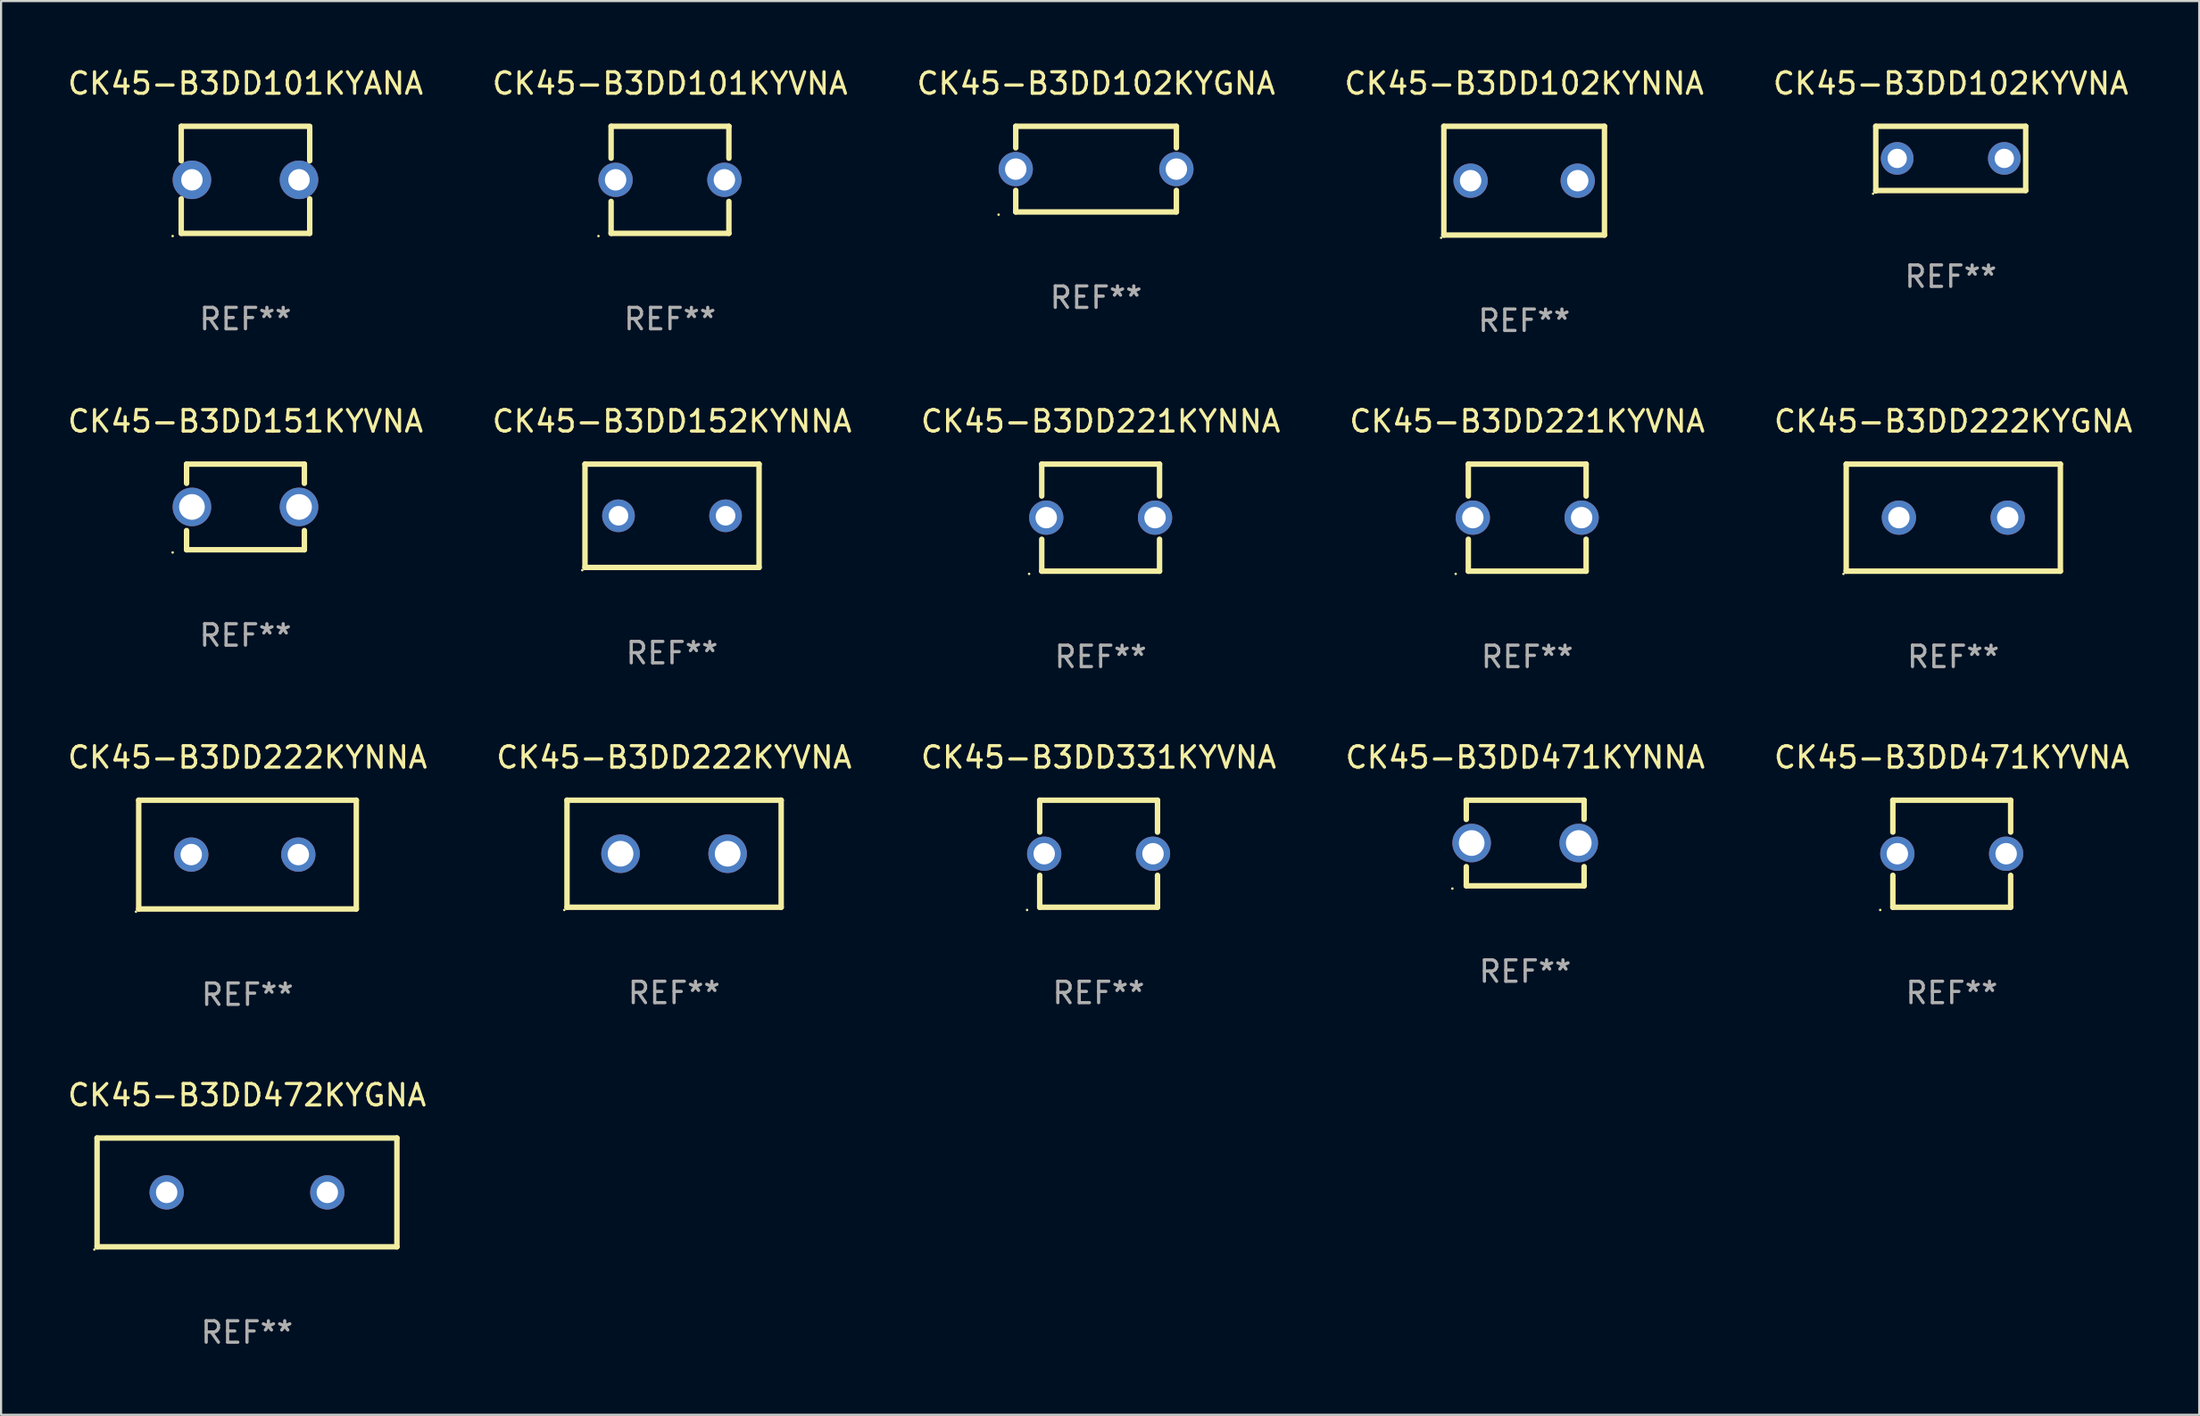
<source format=kicad_pcb>
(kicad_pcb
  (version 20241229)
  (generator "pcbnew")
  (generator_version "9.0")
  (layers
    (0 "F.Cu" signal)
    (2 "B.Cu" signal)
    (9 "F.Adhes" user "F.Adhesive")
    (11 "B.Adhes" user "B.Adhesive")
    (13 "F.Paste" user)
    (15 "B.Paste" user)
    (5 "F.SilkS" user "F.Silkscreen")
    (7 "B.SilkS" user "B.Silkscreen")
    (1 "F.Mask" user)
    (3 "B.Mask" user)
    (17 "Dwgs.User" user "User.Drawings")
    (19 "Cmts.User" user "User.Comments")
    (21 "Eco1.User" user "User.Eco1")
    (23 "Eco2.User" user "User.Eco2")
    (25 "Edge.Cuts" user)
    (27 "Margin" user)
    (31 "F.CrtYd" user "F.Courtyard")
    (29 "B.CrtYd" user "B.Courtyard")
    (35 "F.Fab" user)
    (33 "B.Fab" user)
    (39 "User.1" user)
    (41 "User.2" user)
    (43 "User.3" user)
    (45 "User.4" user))
  (footprint "CK45-B3DD102KYVNA"
    (layer "F.Cu")
    (at 88.03 4.358)
    (property "Reference" "CK45-B3DD102KYVNA" (at 0 -3.51 0) (layer "F.SilkS") (effects (font (size 1 1) (thickness 0.15))))
    (attr through_hole)
    (fp_line (start -3.5 -1.51) (end 3.5 -1.51) (stroke (width 0.254) (type solid)) (layer "F.SilkS"))
    (fp_line (start -3.5 1.51) (end -3.5 -1.51) (stroke (width 0.254) (type solid)) (layer "F.SilkS"))
    (fp_line (start 3.5 -1.51) (end 3.5 1.49) (stroke (width 0.254) (type solid)) (layer "F.SilkS"))
    (fp_line (start 3.5 1.49) (end -3.5 1.49) (stroke (width 0.254) (type solid)) (layer "F.SilkS"))
    (fp_circle (center -3.627 1.637) (end -3.597 1.637) (stroke (width 0.06) (type solid)) (fill no) (layer "F.SilkS"))
    (fp_text user "REF**" (at 0 5.51 0) (layer "F.Fab") (effects (font (size 1 1) (thickness 0.15))))
    (pad "1" thru_hole circle (at -2.5 -0.01) (size 1.524 1.524) (drill 0.9) (layers "*.Cu" "*.Mask"))
    (pad "2" thru_hole circle (at 2.5 -0.01) (size 1.524 1.524) (drill 0.9) (layers "*.Cu" "*.Mask")))
  (footprint "CK45-B3DD222KYVNA"
    (layer "F.Cu")
    (at 28.423 36.821)
    (property "Reference" "CK45-B3DD222KYVNA" (at 0 -4.5 0) (layer "F.SilkS") (effects (font (size 1 1) (thickness 0.15))))
    (attr through_hole)
    (fp_line (start -5 -2.5) (end 5 -2.5) (stroke (width 0.254) (type solid)) (layer "F.SilkS"))
    (fp_line (start -5 2.5) (end -5 -2.5) (stroke (width 0.254) (type solid)) (layer "F.SilkS"))
    (fp_line (start 5 -2.5) (end 5 2.5) (stroke (width 0.254) (type solid)) (layer "F.SilkS"))
    (fp_line (start 5 2.5) (end -5 2.5) (stroke (width 0.254) (type solid)) (layer "F.SilkS"))
    (fp_circle (center -5.127 2.627) (end -5.097 2.627) (stroke (width 0.06) (type solid)) (fill no) (layer "F.SilkS"))
    (fp_text user "REF**" (at 0 6.5 0) (layer "F.Fab") (effects (font (size 1 1) (thickness 0.15))))
    (pad "1" thru_hole circle (at -2.5 0) (size 1.8 1.8) (drill 1.2) (layers "*.Cu" "*.Mask"))
    (pad "2" thru_hole circle (at 2.5 0) (size 1.8 1.8) (drill 1.2) (layers "*.Cu" "*.Mask")))
  (footprint "CK45-B3DD471KYVNA"
    (layer "F.Cu")
    (at 88.077 36.821)
    (property "Reference" "CK45-B3DD471KYVNA" (at 0 -4.5 0) (layer "F.SilkS") (effects (font (size 1 1) (thickness 0.15))))
    (attr through_hole)
    (fp_line (start -2.75 -2.5) (end 2.75 -2.5) (stroke (width 0.254) (type solid)) (layer "F.SilkS"))
    (fp_line (start -2.75 -1.009) (end -2.75 -2.5) (stroke (width 0.254) (type solid)) (layer "F.SilkS"))
    (fp_line (start -2.75 2.5) (end -2.75 1.009) (stroke (width 0.254) (type solid)) (layer "F.SilkS"))
    (fp_line (start 2.75 -2.5) (end 2.75 -1.009) (stroke (width 0.254) (type solid)) (layer "F.SilkS"))
    (fp_line (start 2.75 1.009) (end 2.75 2.5) (stroke (width 0.254) (type solid)) (layer "F.SilkS"))
    (fp_line (start 2.75 2.5) (end -2.75 2.5) (stroke (width 0.254) (type solid)) (layer "F.SilkS"))
    (fp_circle (center -3.34 2.627) (end -3.31 2.627) (stroke (width 0.06) (type solid)) (fill no) (layer "F.SilkS"))
    (fp_text user "REF**" (at 0 6.5 0) (layer "F.Fab") (effects (font (size 1 1) (thickness 0.15))))
    (pad "1" thru_hole circle (at -2.54 0) (size 1.6 1.6) (drill 1) (layers "*.Cu" "*.Mask"))
    (pad "2" thru_hole circle (at 2.54 0) (size 1.6 1.6) (drill 1) (layers "*.Cu" "*.Mask")))
  (footprint "CK45-B3DD101KYVNA"
    (layer "F.Cu")
    (at 28.232 5.348)
    (property "Reference" "CK45-B3DD101KYVNA" (at 0 -4.5 0) (layer "F.SilkS") (effects (font (size 1 1) (thickness 0.15))))
    (attr through_hole)
    (fp_line (start -2.75 -2.5) (end 2.75 -2.5) (stroke (width 0.254) (type solid)) (layer "F.SilkS"))
    (fp_line (start -2.75 -1.009) (end -2.75 -2.5) (stroke (width 0.254) (type solid)) (layer "F.SilkS"))
    (fp_line (start -2.75 2.5) (end -2.75 1.009) (stroke (width 0.254) (type solid)) (layer "F.SilkS"))
    (fp_line (start 2.75 -2.5) (end 2.75 -1.009) (stroke (width 0.254) (type solid)) (layer "F.SilkS"))
    (fp_line (start 2.75 1.009) (end 2.75 2.5) (stroke (width 0.254) (type solid)) (layer "F.SilkS"))
    (fp_line (start 2.75 2.5) (end -2.75 2.5) (stroke (width 0.254) (type solid)) (layer "F.SilkS"))
    (fp_circle (center -3.34 2.627) (end -3.31 2.627) (stroke (width 0.06) (type solid)) (fill no) (layer "F.SilkS"))
    (fp_text user "REF**" (at 0 6.5 0) (layer "F.Fab") (effects (font (size 1 1) (thickness 0.15))))
    (pad "1" thru_hole circle (at -2.54 0) (size 1.6 1.6) (drill 1) (layers "*.Cu" "*.Mask"))
    (pad "2" thru_hole circle (at 2.54 0) (size 1.6 1.6) (drill 1) (layers "*.Cu" "*.Mask")))
  (footprint "CK45-B3DD222KYGNA"
    (layer "F.Cu")
    (at 88.149 21.125)
    (property "Reference" "CK45-B3DD222KYGNA" (at 0 -4.5 0) (layer "F.SilkS") (effects (font (size 1 1) (thickness 0.15))))
    (attr through_hole)
    (fp_line (start -5 -2.5) (end -5 2.5) (stroke (width 0.254) (type solid)) (layer "F.SilkS"))
    (fp_line (start -5 -2.5) (end 5 -2.5) (stroke (width 0.254) (type solid)) (layer "F.SilkS"))
    (fp_line (start -5 2.5) (end 5 2.5) (stroke (width 0.254) (type solid)) (layer "F.SilkS"))
    (fp_line (start 5 -2.5) (end 5 2.5) (stroke (width 0.254) (type solid)) (layer "F.SilkS"))
    (fp_circle (center -5.127 2.627) (end -5.097 2.627) (stroke (width 0.06) (type solid)) (fill no) (layer "F.SilkS"))
    (fp_text user "REF**" (at 0 6.5 0) (layer "F.Fab") (effects (font (size 1 1) (thickness 0.15))))
    (pad "1" thru_hole circle (at -2.54 0) (size 1.6 1.6) (drill 1) (layers "*.Cu" "*.Mask"))
    (pad "2" thru_hole circle (at 2.54 0) (size 1.6 1.6) (drill 1) (layers "*.Cu" "*.Mask")))
  (footprint "CK45-B3DD331KYVNA"
    (layer "F.Cu")
    (at 48.244 36.821)
    (property "Reference" "CK45-B3DD331KYVNA" (at 0 -4.5 0) (layer "F.SilkS") (effects (font (size 1 1) (thickness 0.15))))
    (attr through_hole)
    (fp_line (start -2.75 -2.5) (end 2.75 -2.5) (stroke (width 0.254) (type solid)) (layer "F.SilkS"))
    (fp_line (start -2.75 -1.009) (end -2.75 -2.5) (stroke (width 0.254) (type solid)) (layer "F.SilkS"))
    (fp_line (start -2.75 2.5) (end -2.75 1.009) (stroke (width 0.254) (type solid)) (layer "F.SilkS"))
    (fp_line (start 2.75 -2.5) (end 2.75 -1.009) (stroke (width 0.254) (type solid)) (layer "F.SilkS"))
    (fp_line (start 2.75 1.009) (end 2.75 2.5) (stroke (width 0.254) (type solid)) (layer "F.SilkS"))
    (fp_line (start 2.75 2.5) (end -2.75 2.5) (stroke (width 0.254) (type solid)) (layer "F.SilkS"))
    (fp_circle (center -3.34 2.627) (end -3.31 2.627) (stroke (width 0.06) (type solid)) (fill no) (layer "F.SilkS"))
    (fp_text user "REF**" (at 0 6.5 0) (layer "F.Fab") (effects (font (size 1 1) (thickness 0.15))))
    (pad "1" thru_hole circle (at -2.54 0) (size 1.6 1.6) (drill 1) (layers "*.Cu" "*.Mask"))
    (pad "2" thru_hole circle (at 2.54 0) (size 1.6 1.6) (drill 1) (layers "*.Cu" "*.Mask")))
  (footprint "CK45-B3DD471KYNNA"
    (layer "F.Cu")
    (at 68.161 36.321)
    (property "Reference" "CK45-B3DD471KYNNA" (at 0 -4 0) (layer "F.SilkS") (effects (font (size 1 1) (thickness 0.15))))
    (attr through_hole)
    (fp_line (start -2.75 -2) (end -2.75 -1.103) (stroke (width 0.254) (type solid)) (layer "F.SilkS"))
    (fp_line (start -2.75 -2) (end 2.75 -2) (stroke (width 0.254) (type solid)) (layer "F.SilkS"))
    (fp_line (start -2.75 1.103) (end -2.75 2) (stroke (width 0.254) (type solid)) (layer "F.SilkS"))
    (fp_line (start 2.75 -2) (end 2.75 -1.103) (stroke (width 0.254) (type solid)) (layer "F.SilkS"))
    (fp_line (start 2.75 1.103) (end 2.75 2) (stroke (width 0.254) (type solid)) (layer "F.SilkS"))
    (fp_line (start 2.75 2) (end -2.75 2) (stroke (width 0.254) (type solid)) (layer "F.SilkS"))
    (fp_circle (center -3.4 2.127) (end -3.37 2.127) (stroke (width 0.06) (type solid)) (fill no) (layer "F.SilkS"))
    (fp_text user "REF**" (at 0 6 0) (layer "F.Fab") (effects (font (size 1 1) (thickness 0.15))))
    (pad "1" thru_hole circle (at -2.5 0) (size 1.8 1.8) (drill 1.2) (layers "*.Cu" "*.Mask"))
    (pad "2" thru_hole circle (at 2.5 0) (size 1.8 1.8) (drill 1.2) (layers "*.Cu" "*.Mask")))
  (footprint "CK45-B3DD102KYGNA"
    (layer "F.Cu")
    (at 48.125 4.848)
    (property "Reference" "CK45-B3DD102KYGNA" (at 0 -4 0) (layer "F.SilkS") (effects (font (size 1 1) (thickness 0.15))))
    (attr through_hole)
    (fp_line (start -3.75 -2) (end 3.75 -2) (stroke (width 0.254) (type solid)) (layer "F.SilkS"))
    (fp_line (start -3.75 -0.993) (end -3.75 -2) (stroke (width 0.254) (type solid)) (layer "F.SilkS"))
    (fp_line (start -3.75 2) (end -3.75 0.993) (stroke (width 0.254) (type solid)) (layer "F.SilkS"))
    (fp_line (start 3.75 -2) (end 3.75 -0.993) (stroke (width 0.254) (type solid)) (layer "F.SilkS"))
    (fp_line (start 3.75 0.993) (end 3.75 2) (stroke (width 0.254) (type solid)) (layer "F.SilkS"))
    (fp_line (start 3.75 2) (end -3.75 2) (stroke (width 0.254) (type solid)) (layer "F.SilkS"))
    (fp_circle (center -4.55 2.127) (end -4.52 2.127) (stroke (width 0.06) (type solid)) (fill no) (layer "F.SilkS"))
    (fp_text user "REF**" (at 0 6 0) (layer "F.Fab") (effects (font (size 1 1) (thickness 0.15))))
    (pad "1" thru_hole circle (at -3.75 0) (size 1.6 1.6) (drill 1) (layers "*.Cu" "*.Mask"))
    (pad "2" thru_hole circle (at 3.75 0) (size 1.6 1.6) (drill 1) (layers "*.Cu" "*.Mask")))
  (footprint "CK45-B3DD152KYNNA"
    (layer "F.Cu")
    (at 28.327 21.038)
    (property "Reference" "CK45-B3DD152KYNNA" (at 0 -4.413 0) (layer "F.SilkS") (effects (font (size 1 1) (thickness 0.15))))
    (attr through_hole)
    (fp_line (start -4.064 -2.413) (end 4.064 -2.413) (stroke (width 0.254) (type solid)) (layer "F.SilkS"))
    (fp_line (start -4.064 2.413) (end -4.064 -2.413) (stroke (width 0.254) (type solid)) (layer "F.SilkS"))
    (fp_line (start 4.064 -2.413) (end 4.064 2.413) (stroke (width 0.254) (type solid)) (layer "F.SilkS"))
    (fp_line (start 4.064 2.413) (end -4.064 2.413) (stroke (width 0.254) (type solid)) (layer "F.SilkS"))
    (fp_circle (center -4.191 2.54) (end -4.161 2.54) (stroke (width 0.06) (type solid)) (fill no) (layer "F.SilkS"))
    (fp_text user "REF**" (at 0 6.413 0) (layer "F.Fab") (effects (font (size 1 1) (thickness 0.15))))
    (pad "1" thru_hole circle (at -2.5 0) (size 1.524 1.524) (drill 0.914) (layers "*.Cu" "*.Mask"))
    (pad "2" thru_hole circle (at 2.5 0) (size 1.524 1.524) (drill 0.914) (layers "*.Cu" "*.Mask")))
  (footprint "CK45-B3DD102KYNNA"
    (layer "F.Cu")
    (at 68.113 5.388)
    (property "Reference" "CK45-B3DD102KYNNA" (at 0 -4.54 0) (layer "F.SilkS") (effects (font (size 1 1) (thickness 0.15))))
    (attr through_hole)
    (fp_line (start -3.75 -2.54) (end 3.75 -2.54) (stroke (width 0.254) (type solid)) (layer "F.SilkS"))
    (fp_line (start -3.75 2.54) (end -3.75 -2.54) (stroke (width 0.254) (type solid)) (layer "F.SilkS"))
    (fp_line (start 3.75 -2.54) (end 3.75 2.54) (stroke (width 0.254) (type solid)) (layer "F.SilkS"))
    (fp_line (start 3.75 2.54) (end -3.75 2.54) (stroke (width 0.254) (type solid)) (layer "F.SilkS"))
    (fp_circle (center -3.877 2.667) (end -3.847 2.667) (stroke (width 0.06) (type solid)) (fill no) (layer "F.SilkS"))
    (fp_text user "REF**" (at 0 6.54 0) (layer "F.Fab") (effects (font (size 1 1) (thickness 0.15))))
    (pad "1" thru_hole circle (at -2.5 0) (size 1.6 1.6) (drill 1) (layers "*.Cu" "*.Mask"))
    (pad "2" thru_hole circle (at 2.5 0) (size 1.6 1.6) (drill 1) (layers "*.Cu" "*.Mask")))
  (footprint "CK45-B3DD222KYNNA"
    (layer "F.Cu")
    (at 8.506 36.861)
    (property "Reference" "CK45-B3DD222KYNNA" (at 0 -4.54 0) (layer "F.SilkS") (effects (font (size 1 1) (thickness 0.15))))
    (attr through_hole)
    (fp_line (start -5.08 -2.54) (end 5.08 -2.54) (stroke (width 0.254) (type solid)) (layer "F.SilkS"))
    (fp_line (start -5.08 2.54) (end -5.08 -2.54) (stroke (width 0.254) (type solid)) (layer "F.SilkS"))
    (fp_line (start 5.08 -2.54) (end 5.08 2.54) (stroke (width 0.254) (type solid)) (layer "F.SilkS"))
    (fp_line (start 5.08 2.54) (end -5.08 2.54) (stroke (width 0.254) (type solid)) (layer "F.SilkS"))
    (fp_circle (center -5.207 2.667) (end -5.177 2.667) (stroke (width 0.06) (type solid)) (fill no) (layer "F.SilkS"))
    (fp_text user "REF**" (at 0 6.54 0) (layer "F.Fab") (effects (font (size 1 1) (thickness 0.15))))
    (pad "1" thru_hole circle (at -2.627 0) (size 1.6 1.6) (drill 1) (layers "*.Cu" "*.Mask"))
    (pad "2" thru_hole circle (at 2.373 0) (size 1.6 1.6) (drill 1) (layers "*.Cu" "*.Mask")))
  (footprint "CK45-B3DD151KYVNA"
    (layer "F.Cu")
    (at 8.411 20.625)
    (property "Reference" "CK45-B3DD151KYVNA" (at 0 -4 0) (layer "F.SilkS") (effects (font (size 1 1) (thickness 0.15))))
    (attr through_hole)
    (fp_line (start -2.75 -2) (end -2.75 -1.103) (stroke (width 0.254) (type solid)) (layer "F.SilkS"))
    (fp_line (start -2.75 -2) (end 2.75 -2) (stroke (width 0.254) (type solid)) (layer "F.SilkS"))
    (fp_line (start -2.75 1.103) (end -2.75 2) (stroke (width 0.254) (type solid)) (layer "F.SilkS"))
    (fp_line (start 2.75 -2) (end 2.75 -1.103) (stroke (width 0.254) (type solid)) (layer "F.SilkS"))
    (fp_line (start 2.75 1.103) (end 2.75 2) (stroke (width 0.254) (type solid)) (layer "F.SilkS"))
    (fp_line (start 2.75 2) (end -2.75 2) (stroke (width 0.254) (type solid)) (layer "F.SilkS"))
    (fp_circle (center -3.4 2.127) (end -3.37 2.127) (stroke (width 0.06) (type solid)) (fill no) (layer "F.SilkS"))
    (fp_text user "REF**" (at 0 6 0) (layer "F.Fab") (effects (font (size 1 1) (thickness 0.15))))
    (pad "1" thru_hole circle (at -2.5 0) (size 1.8 1.8) (drill 1.2) (layers "*.Cu" "*.Mask"))
    (pad "2" thru_hole circle (at 2.5 0) (size 1.8 1.8) (drill 1.2) (layers "*.Cu" "*.Mask")))
  (footprint "CK45-B3DD101KYANA"
    (layer "F.Cu")
    (at 8.411 5.348)
    (property "Reference" "CK45-B3DD101KYANA" (at 0 -4.5 0) (layer "F.SilkS") (effects (font (size 1 1) (thickness 0.15))))
    (attr through_hole)
    (fp_line (start -3 -2.5) (end -3 -0.889) (stroke (width 0.254) (type solid)) (layer "F.SilkS"))
    (fp_line (start -3 2.5) (end -3 0.889) (stroke (width 0.254) (type solid)) (layer "F.SilkS"))
    (fp_line (start 3 -0.889) (end 3 -2.413) (stroke (width 0.254) (type solid)) (layer "F.SilkS"))
    (fp_line (start 3 0.889) (end 3 2.5) (stroke (width 0.254) (type solid)) (layer "F.SilkS"))
    (fp_line (start 3 2.5) (end -3 2.5) (stroke (width 0.254) (type solid)) (layer "F.SilkS"))
    (fp_line (start 3 -2.5) (end -3 -2.5) (stroke (width 0.254) (type solid)) (layer "F.SilkS"))
    (fp_circle (center -3.4 2.627) (end -3.37 2.627) (stroke (width 0.06) (type solid)) (fill no) (layer "F.SilkS"))
    (fp_text user "REF**" (at 0 6.5 0) (layer "F.Fab") (effects (font (size 1 1) (thickness 0.15))))
    (pad "1" thru_hole circle (at -2.5 0) (size 1.8 1.8) (drill 1) (layers "*.Cu" "*.Mask"))
    (pad "2" thru_hole circle (at 2.5 0) (size 1.8 1.8) (drill 1) (layers "*.Cu" "*.Mask")))
  (footprint "CK45-B3DD221KYVNA"
    (layer "F.Cu")
    (at 68.256 21.125)
    (property "Reference" "CK45-B3DD221KYVNA" (at 0 -4.5 0) (layer "F.SilkS") (effects (font (size 1 1) (thickness 0.15))))
    (attr through_hole)
    (fp_line (start -2.75 -2.5) (end 2.75 -2.5) (stroke (width 0.254) (type solid)) (layer "F.SilkS"))
    (fp_line (start -2.75 -1.009) (end -2.75 -2.5) (stroke (width 0.254) (type solid)) (layer "F.SilkS"))
    (fp_line (start -2.75 2.5) (end -2.75 1.009) (stroke (width 0.254) (type solid)) (layer "F.SilkS"))
    (fp_line (start 2.75 -2.5) (end 2.75 -1.009) (stroke (width 0.254) (type solid)) (layer "F.SilkS"))
    (fp_line (start 2.75 1.009) (end 2.75 2.5) (stroke (width 0.254) (type solid)) (layer "F.SilkS"))
    (fp_line (start 2.75 2.5) (end -2.75 2.5) (stroke (width 0.254) (type solid)) (layer "F.SilkS"))
    (fp_circle (center -3.34 2.627) (end -3.31 2.627) (stroke (width 0.06) (type solid)) (fill no) (layer "F.SilkS"))
    (fp_text user "REF**" (at 0 6.5 0) (layer "F.Fab") (effects (font (size 1 1) (thickness 0.15))))
    (pad "1" thru_hole circle (at -2.54 0) (size 1.6 1.6) (drill 1) (layers "*.Cu" "*.Mask"))
    (pad "2" thru_hole circle (at 2.54 0) (size 1.6 1.6) (drill 1) (layers "*.Cu" "*.Mask")))
  (footprint "CK45-B3DD472KYGNA"
    (layer "F.Cu")
    (at 8.482 52.638)
    (property "Reference" "CK45-B3DD472KYGNA" (at 0 -4.54 0) (layer "F.SilkS") (effects (font (size 1 1) (thickness 0.15))))
    (attr through_hole)
    (fp_line (start -7 -2.54) (end 7 -2.54) (stroke (width 0.254) (type solid)) (layer "F.SilkS"))
    (fp_line (start -7 2.54) (end -7 -2.54) (stroke (width 0.254) (type solid)) (layer "F.SilkS"))
    (fp_line (start 7 -2.54) (end 7 2.54) (stroke (width 0.254) (type solid)) (layer "F.SilkS"))
    (fp_line (start 7 2.54) (end -7 2.54) (stroke (width 0.254) (type solid)) (layer "F.SilkS"))
    (fp_circle (center -7.127 2.667) (end -7.097 2.667) (stroke (width 0.06) (type solid)) (fill no) (layer "F.SilkS"))
    (fp_text user "REF**" (at 0 6.54 0) (layer "F.Fab") (effects (font (size 1 1) (thickness 0.15))))
    (pad "1" thru_hole circle (at -3.75 0) (size 1.6 1.6) (drill 1) (layers "*.Cu" "*.Mask"))
    (pad "2" thru_hole circle (at 3.75 0) (size 1.6 1.6) (drill 1) (layers "*.Cu" "*.Mask")))
  (footprint "CK45-B3DD221KYNNA"
    (layer "F.Cu")
    (at 48.339 21.125)
    (property "Reference" "CK45-B3DD221KYNNA" (at 0 -4.5 0) (layer "F.SilkS") (effects (font (size 1 1) (thickness 0.15))))
    (attr through_hole)
    (fp_line (start -2.75 -2.5) (end 2.75 -2.5) (stroke (width 0.254) (type solid)) (layer "F.SilkS"))
    (fp_line (start -2.75 -1.009) (end -2.75 -2.5) (stroke (width 0.254) (type solid)) (layer "F.SilkS"))
    (fp_line (start -2.75 2.5) (end -2.75 1.009) (stroke (width 0.254) (type solid)) (layer "F.SilkS"))
    (fp_line (start 2.75 -2.5) (end 2.75 -1.009) (stroke (width 0.254) (type solid)) (layer "F.SilkS"))
    (fp_line (start 2.75 1.009) (end 2.75 2.5) (stroke (width 0.254) (type solid)) (layer "F.SilkS"))
    (fp_line (start 2.75 2.5) (end -2.75 2.5) (stroke (width 0.254) (type solid)) (layer "F.SilkS"))
    (fp_circle (center -3.34 2.627) (end -3.31 2.627) (stroke (width 0.06) (type solid)) (fill no) (layer "F.SilkS"))
    (fp_text user "REF**" (at 0 6.5 0) (layer "F.Fab") (effects (font (size 1 1) (thickness 0.15))))
    (pad "1" thru_hole circle (at -2.54 0) (size 1.6 1.6) (drill 1) (layers "*.Cu" "*.Mask"))
    (pad "2" thru_hole circle (at 2.54 0) (size 1.6 1.6) (drill 1) (layers "*.Cu" "*.Mask")))
  (gr_rect
    (start -3 -3)
    (end 99.631 63.026)
    (stroke (width 0.1) (type default))
    (fill no)
    (layer "Edge.Cuts")))
</source>
